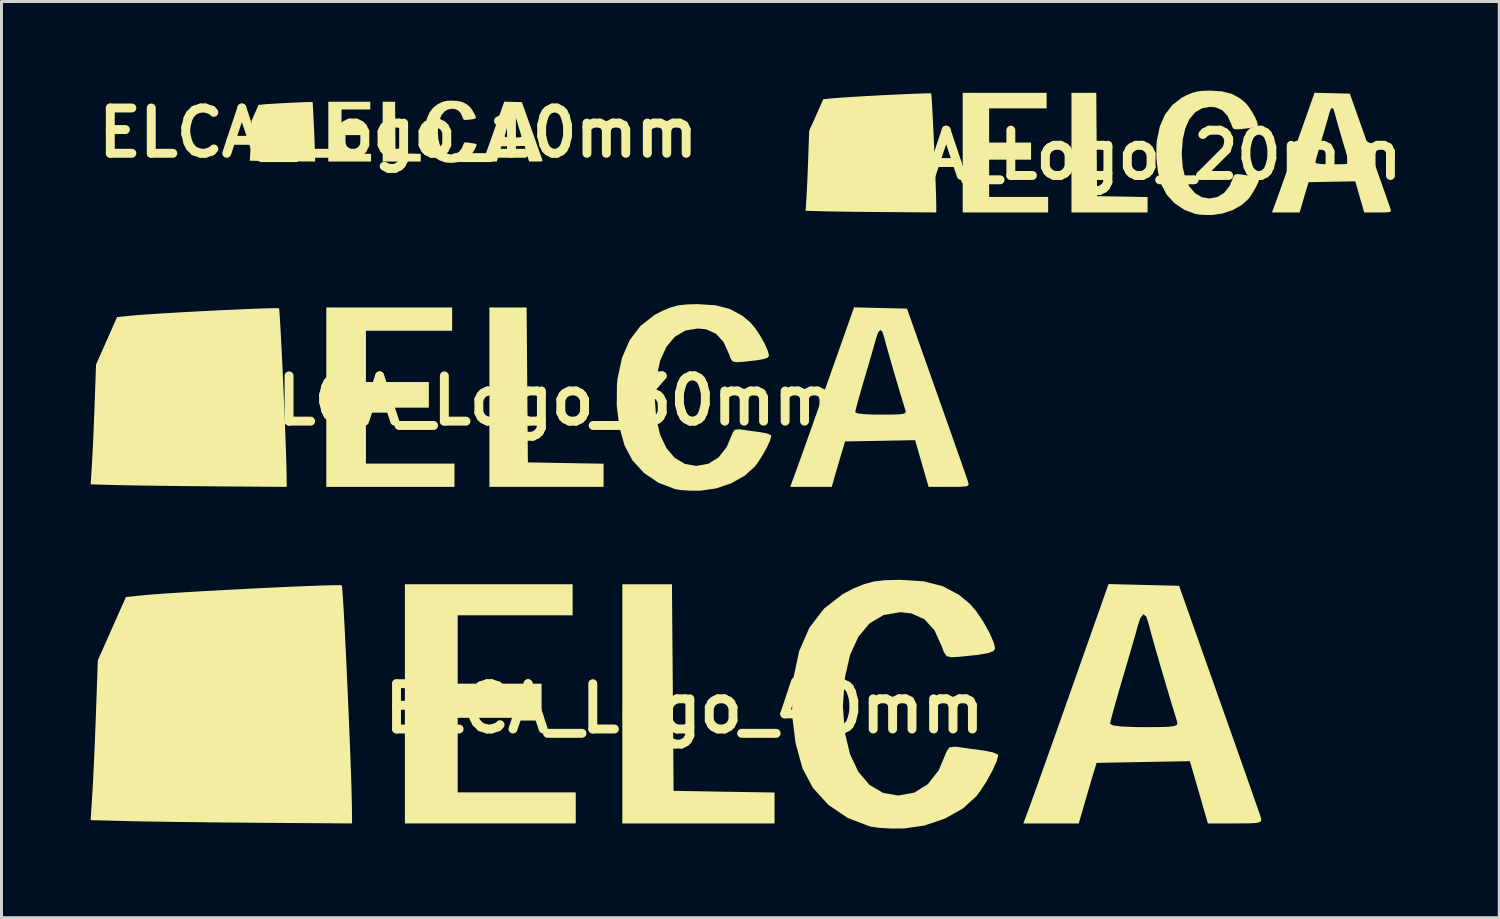
<source format=kicad_pcb>
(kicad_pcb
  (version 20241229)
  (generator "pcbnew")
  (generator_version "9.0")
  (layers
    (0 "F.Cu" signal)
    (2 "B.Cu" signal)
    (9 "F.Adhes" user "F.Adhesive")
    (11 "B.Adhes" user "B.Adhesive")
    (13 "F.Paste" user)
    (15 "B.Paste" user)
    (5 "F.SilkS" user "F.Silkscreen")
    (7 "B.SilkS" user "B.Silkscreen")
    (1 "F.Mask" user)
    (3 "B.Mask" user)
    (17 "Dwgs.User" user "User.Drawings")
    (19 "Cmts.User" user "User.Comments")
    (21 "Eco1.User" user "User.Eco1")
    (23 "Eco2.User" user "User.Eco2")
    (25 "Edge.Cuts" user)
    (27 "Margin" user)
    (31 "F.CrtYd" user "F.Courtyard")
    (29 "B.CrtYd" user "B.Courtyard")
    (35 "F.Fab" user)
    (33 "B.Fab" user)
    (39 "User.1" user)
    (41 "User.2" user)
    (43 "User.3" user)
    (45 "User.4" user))
  (footprint "ELCA_Logo_30mm"
    (layer "F.Cu")
    (at 14.985 10.431)
    (property "Reference" "ELCA_Logo_30mm" (at 0 0 0) (layer "F.SilkS") (effects (font (size 1.524 1.524) (thickness 0.3))))
    (attr board_only exclude_from_pos_files exclude_from_bom)
    (fp_poly (pts (xy -0.295 -0.529) (xy -0.274 2.077) (xy 1 2.099) (xy 2.273 2.121) (xy 2.273 2.901) (xy -1.568 2.901) (xy -1.568 -3.136) (xy -0.316 -3.136)) (stroke (width 0) (type solid)) (fill yes) (layer "F.SilkS"))
    (fp_poly (pts (xy -2.822 -2.352) (xy -5.723 -2.352) (xy -5.723 -0.627) (xy -3.606 -0.627) (xy -3.606 0.235) (xy -5.723 0.235) (xy -5.723 2.117) (xy -2.744 2.117) (xy -2.744 2.901) (xy -7.056 2.901) (xy -7.056 -3.136) (xy -2.822 -3.136)) (stroke (width 0) (type solid)) (fill yes) (layer "F.SilkS"))
    (fp_poly (pts (xy -8.647 -3.108) (xy -8.636 -3.024) (xy -8.62 -2.805) (xy -8.6 -2.473) (xy -8.577 -2.047) (xy -8.551 -1.549) (xy -8.525 -1.001) (xy -8.499 -0.423) (xy -8.473 0.162) (xy -8.449 0.735) (xy -8.429 1.273) (xy -8.411 1.755) (xy -8.399 2.161) (xy -8.392 2.468) (xy -8.391 2.528) (xy -8.388 2.901) (xy -10.721 2.884) (xy -11.369 2.878) (xy -12.019 2.872) (xy -12.64 2.865) (xy -13.199 2.857) (xy -13.666 2.849) (xy -14.008 2.842) (xy -14.019 2.842) (xy -14.985 2.817) (xy -14.941 2.134) (xy -14.923 1.813) (xy -14.902 1.382) (xy -14.881 0.886) (xy -14.86 0.372) (xy -14.851 0.118) (xy -14.804 -1.215) (xy -14.45 -2.014) (xy -14.095 -2.813) (xy -13.692 -2.855) (xy -13.442 -2.877) (xy -13.088 -2.903) (xy -12.65 -2.931) (xy -12.151 -2.961) (xy -11.614 -2.991) (xy -11.062 -3.02) (xy -10.517 -3.047) (xy -10.001 -3.07) (xy -9.538 -3.09) (xy -9.149 -3.104) (xy -8.857 -3.112) (xy -8.685 -3.112)) (stroke (width 0) (type solid)) (fill yes) (layer "F.SilkS"))
    (fp_poly (pts (xy 11.591 -3.118) (xy 12.482 -3.097) (xy 13.481 -0.274) (xy 13.707 0.364) (xy 13.918 0.961) (xy 14.107 1.499) (xy 14.27 1.961) (xy 14.399 2.33) (xy 14.489 2.588) (xy 14.534 2.718) (xy 14.536 2.724) (xy 14.557 2.808) (xy 14.534 2.86) (xy 14.441 2.888) (xy 14.248 2.899) (xy 13.929 2.901) (xy 13.9 2.901) (xy 13.209 2.901) (xy 12.982 2.115) (xy 12.755 1.329) (xy 10.4 1.372) (xy 10.34 1.568) (xy 10.288 1.739) (xy 10.209 2.006) (xy 10.12 2.312) (xy 10.114 2.332) (xy 9.95 2.901) (xy 8.552 2.901) (xy 8.733 2.411) (xy 8.803 2.219) (xy 8.917 1.9) (xy 9.068 1.478) (xy 9.248 0.971) (xy 9.449 0.404) (xy 9.455 0.387) (xy 10.74 0.387) (xy 10.817 0.428) (xy 11.042 0.455) (xy 11.409 0.469) (xy 11.608 0.47) (xy 11.986 0.468) (xy 12.233 0.459) (xy 12.374 0.439) (xy 12.433 0.404) (xy 12.437 0.35) (xy 12.432 0.333) (xy 12.336 0.02) (xy 12.222 -0.358) (xy 12.1 -0.769) (xy 11.981 -1.178) (xy 11.874 -1.551) (xy 11.788 -1.854) (xy 11.734 -2.054) (xy 11.724 -2.096) (xy 11.656 -2.316) (xy 11.582 -2.38) (xy 11.506 -2.287) (xy 11.443 -2.099) (xy 11.387 -1.898) (xy 11.298 -1.586) (xy 11.187 -1.204) (xy 11.066 -0.793) (xy 11.047 -0.73) (xy 10.935 -0.347) (xy 10.841 -0.015) (xy 10.774 0.235) (xy 10.742 0.373) (xy 10.74 0.387) (xy 9.455 0.387) (xy 9.664 -0.204) (xy 9.807 -0.61) (xy 10.701 -3.14)) (stroke (width 0) (type solid)) (fill yes) (layer "F.SilkS"))
    (fp_poly (pts (xy 6.035 -3.21) (xy 6.517 -3.087) (xy 6.931 -2.865) (xy 7.202 -2.642) (xy 7.369 -2.446) (xy 7.544 -2.185) (xy 7.699 -1.906) (xy 7.806 -1.659) (xy 7.839 -1.513) (xy 7.799 -1.451) (xy 7.664 -1.4) (xy 7.415 -1.356) (xy 7.032 -1.314) (xy 6.96 -1.307) (xy 6.735 -1.293) (xy 6.614 -1.323) (xy 6.545 -1.425) (xy 6.498 -1.558) (xy 6.308 -1.976) (xy 6.052 -2.254) (xy 5.722 -2.401) (xy 5.445 -2.43) (xy 5.026 -2.359) (xy 4.673 -2.151) (xy 4.389 -1.813) (xy 4.179 -1.353) (xy 4.048 -0.777) (xy 4 -0.095) (xy 3.999 -0.033) (xy 4.046 0.606) (xy 4.178 1.153) (xy 4.388 1.597) (xy 4.669 1.927) (xy 5.013 2.13) (xy 5.392 2.195) (xy 5.798 2.123) (xy 6.141 1.91) (xy 6.416 1.56) (xy 6.619 1.076) (xy 6.619 1.074) (xy 6.687 0.979) (xy 6.837 0.963) (xy 6.917 0.973) (xy 7.158 1.008) (xy 7.452 1.048) (xy 7.546 1.06) (xy 7.762 1.101) (xy 7.897 1.154) (xy 7.918 1.182) (xy 7.877 1.336) (xy 7.77 1.57) (xy 7.622 1.837) (xy 7.46 2.089) (xy 7.366 2.214) (xy 7.021 2.526) (xy 6.57 2.779) (xy 6.057 2.953) (xy 5.544 3.027) (xy 5.212 3.029) (xy 4.898 3.01) (xy 4.683 2.977) (xy 4.119 2.762) (xy 3.63 2.431) (xy 3.241 2.002) (xy 2.979 1.51) (xy 2.803 0.873) (xy 2.716 0.167) (xy 2.723 -0.546) (xy 2.743 -0.739) (xy 2.894 -1.446) (xy 3.153 -2.039) (xy 3.52 -2.52) (xy 3.997 -2.89) (xy 4.252 -3.022) (xy 4.527 -3.136) (xy 4.772 -3.204) (xy 5.048 -3.237) (xy 5.416 -3.247) (xy 5.448 -3.247)) (stroke (width 0) (type solid)) (fill yes) (layer "F.SilkS")))
  (footprint "ELCA_Logo_20mm"
    (layer "F.Cu")
    (at 34.046 2.165)
    (property "Reference" "ELCA_Logo_20mm" (at 0 0 0) (layer "F.SilkS") (effects (font (size 1.524 1.524) (thickness 0.3))))
    (attr board_only exclude_from_pos_files exclude_from_bom)
    (fp_poly (pts (xy -0.197 -0.353) (xy -0.183 1.385) (xy 0.666 1.399) (xy 1.516 1.414) (xy 1.516 1.934) (xy -1.045 1.934) (xy -1.045 -2.091) (xy -0.21 -2.091)) (stroke (width 0) (type solid)) (fill yes) (layer "F.SilkS"))
    (fp_poly (pts (xy -1.881 -1.568) (xy -3.815 -1.568) (xy -3.815 -0.418) (xy -2.404 -0.418) (xy -2.404 0.157) (xy -3.815 0.157) (xy -3.815 1.411) (xy -1.829 1.411) (xy -1.829 1.934) (xy -4.704 1.934) (xy -4.704 -2.091) (xy -1.881 -2.091)) (stroke (width 0) (type solid)) (fill yes) (layer "F.SilkS"))
    (fp_poly (pts (xy -5.765 -2.072) (xy -5.757 -2.016) (xy -5.747 -1.87) (xy -5.733 -1.648) (xy -5.718 -1.364) (xy -5.701 -1.033) (xy -5.683 -0.667) (xy -5.666 -0.282) (xy -5.649 0.108) (xy -5.633 0.49) (xy -5.619 0.849) (xy -5.608 1.17) (xy -5.599 1.44) (xy -5.595 1.645) (xy -5.594 1.685) (xy -5.592 1.934) (xy -7.147 1.922) (xy -7.579 1.919) (xy -8.013 1.915) (xy -8.427 1.91) (xy -8.8 1.905) (xy -9.111 1.9) (xy -9.339 1.895) (xy -9.346 1.895) (xy -9.99 1.878) (xy -9.961 1.423) (xy -9.949 1.209) (xy -9.935 0.921) (xy -9.921 0.591) (xy -9.907 0.248) (xy -9.901 0.078) (xy -9.87 -0.81) (xy -9.633 -1.343) (xy -9.397 -1.875) (xy -9.128 -1.904) (xy -8.962 -1.918) (xy -8.725 -1.935) (xy -8.433 -1.954) (xy -8.101 -1.974) (xy -7.743 -1.994) (xy -7.375 -2.013) (xy -7.011 -2.031) (xy -6.668 -2.047) (xy -6.359 -2.06) (xy -6.099 -2.069) (xy -5.905 -2.075) (xy -5.79 -2.075)) (stroke (width 0) (type solid)) (fill yes) (layer "F.SilkS"))
    (fp_poly (pts (xy 7.728 -2.079) (xy 8.321 -2.064) (xy 8.987 -0.183) (xy 9.138 0.243) (xy 9.278 0.64) (xy 9.405 0.999) (xy 9.513 1.307) (xy 9.6 1.553) (xy 9.66 1.725) (xy 9.689 1.812) (xy 9.691 1.816) (xy 9.704 1.872) (xy 9.689 1.907) (xy 9.627 1.925) (xy 9.499 1.932) (xy 9.286 1.934) (xy 9.267 1.934) (xy 8.806 1.934) (xy 8.654 1.41) (xy 8.503 0.886) (xy 7.718 0.9) (xy 6.933 0.915) (xy 6.893 1.045) (xy 6.859 1.16) (xy 6.806 1.337) (xy 6.747 1.541) (xy 6.743 1.555) (xy 6.633 1.934) (xy 5.701 1.934) (xy 5.822 1.607) (xy 5.868 1.479) (xy 5.945 1.267) (xy 6.045 0.985) (xy 6.165 0.648) (xy 6.299 0.269) (xy 6.303 0.258) (xy 7.16 0.258) (xy 7.211 0.285) (xy 7.362 0.304) (xy 7.606 0.313) (xy 7.739 0.314) (xy 7.991 0.312) (xy 8.155 0.306) (xy 8.249 0.293) (xy 8.289 0.27) (xy 8.291 0.233) (xy 8.288 0.222) (xy 8.224 0.014) (xy 8.148 -0.239) (xy 8.067 -0.513) (xy 7.987 -0.785) (xy 7.916 -1.034) (xy 7.859 -1.236) (xy 7.823 -1.369) (xy 7.816 -1.397) (xy 7.771 -1.544) (xy 7.722 -1.587) (xy 7.67 -1.525) (xy 7.629 -1.4) (xy 7.592 -1.265) (xy 7.532 -1.057) (xy 7.458 -0.803) (xy 7.377 -0.529) (xy 7.365 -0.487) (xy 7.29 -0.231) (xy 7.228 -0.01) (xy 7.183 0.156) (xy 7.161 0.248) (xy 7.16 0.258) (xy 6.303 0.258) (xy 6.443 -0.136) (xy 6.538 -0.407) (xy 7.134 -2.094)) (stroke (width 0) (type solid)) (fill yes) (layer "F.SilkS"))
    (fp_poly (pts (xy 4.023 -2.14) (xy 4.345 -2.058) (xy 4.621 -1.91) (xy 4.802 -1.761) (xy 4.913 -1.631) (xy 5.029 -1.457) (xy 5.133 -1.271) (xy 5.204 -1.106) (xy 5.226 -1.008) (xy 5.199 -0.967) (xy 5.109 -0.933) (xy 4.943 -0.904) (xy 4.688 -0.876) (xy 4.64 -0.871) (xy 4.49 -0.862) (xy 4.409 -0.882) (xy 4.363 -0.95) (xy 4.332 -1.039) (xy 4.205 -1.317) (xy 4.035 -1.503) (xy 3.815 -1.601) (xy 3.63 -1.62) (xy 3.351 -1.573) (xy 3.115 -1.434) (xy 2.926 -1.209) (xy 2.786 -0.902) (xy 2.699 -0.518) (xy 2.666 -0.063) (xy 2.666 -0.022) (xy 2.697 0.404) (xy 2.785 0.769) (xy 2.925 1.065) (xy 3.113 1.284) (xy 3.342 1.42) (xy 3.595 1.463) (xy 3.865 1.415) (xy 4.094 1.273) (xy 4.277 1.04) (xy 4.412 0.718) (xy 4.413 0.716) (xy 4.458 0.652) (xy 4.558 0.642) (xy 4.612 0.648) (xy 4.772 0.672) (xy 4.968 0.698) (xy 5.03 0.706) (xy 5.175 0.734) (xy 5.264 0.769) (xy 5.279 0.788) (xy 5.251 0.891) (xy 5.18 1.047) (xy 5.081 1.225) (xy 4.973 1.393) (xy 4.911 1.476) (xy 4.681 1.684) (xy 4.38 1.853) (xy 4.038 1.969) (xy 3.696 2.018) (xy 3.475 2.019) (xy 3.265 2.006) (xy 3.122 1.984) (xy 2.746 1.841) (xy 2.42 1.62) (xy 2.16 1.335) (xy 1.986 1.006) (xy 1.869 0.582) (xy 1.811 0.111) (xy 1.815 -0.364) (xy 1.829 -0.493) (xy 1.929 -0.964) (xy 2.102 -1.359) (xy 2.347 -1.68) (xy 2.665 -1.927) (xy 2.835 -2.015) (xy 3.018 -2.091) (xy 3.181 -2.136) (xy 3.365 -2.158) (xy 3.61 -2.165) (xy 3.632 -2.165)) (stroke (width 0) (type solid)) (fill yes) (layer "F.SilkS")))
  (footprint "ELCA_Logo_10mm"
    (layer "F.Cu")
    (at 10.349 1.418)
    (property "Reference" "ELCA_Logo_10mm" (at 0 0 0) (layer "F.SilkS") (effects (font (size 1.524 1.524) (thickness 0.3))))
    (attr board_only exclude_from_pos_files exclude_from_bom)
    (fp_poly (pts (xy -0.098 -0.176) (xy -0.091 0.692) (xy 0.333 0.7) (xy 0.758 0.707) (xy 0.758 0.967) (xy -0.523 0.967) (xy -0.523 -1.045) (xy -0.105 -1.045)) (stroke (width 0) (type solid)) (fill yes) (layer "F.SilkS"))
    (fp_poly (pts (xy -0.941 -0.784) (xy -1.908 -0.784) (xy -1.908 -0.209) (xy -1.202 -0.209) (xy -1.202 0.078) (xy -1.908 0.078) (xy -1.908 0.706) (xy -0.915 0.706) (xy -0.915 0.967) (xy -2.352 0.967) (xy -2.352 -1.045) (xy -0.941 -1.045)) (stroke (width 0) (type solid)) (fill yes) (layer "F.SilkS"))
    (fp_poly (pts (xy -2.882 -1.036) (xy -2.879 -1.008) (xy -2.873 -0.935) (xy -2.867 -0.824) (xy -2.859 -0.682) (xy -2.85 -0.516) (xy -2.842 -0.334) (xy -2.833 -0.141) (xy -2.824 0.054) (xy -2.816 0.245) (xy -2.81 0.424) (xy -2.804 0.585) (xy -2.8 0.72) (xy -2.797 0.823) (xy -2.797 0.843) (xy -2.796 0.967) (xy -3.574 0.961) (xy -3.79 0.959) (xy -4.006 0.957) (xy -4.213 0.955) (xy -4.4 0.952) (xy -4.555 0.95) (xy -4.669 0.947) (xy -4.673 0.947) (xy -4.995 0.939) (xy -4.98 0.711) (xy -4.974 0.604) (xy -4.967 0.461) (xy -4.96 0.295) (xy -4.953 0.124) (xy -4.95 0.039) (xy -4.935 -0.405) (xy -4.817 -0.671) (xy -4.698 -0.938) (xy -4.564 -0.952) (xy -4.481 -0.959) (xy -4.363 -0.968) (xy -4.217 -0.977) (xy -4.05 -0.987) (xy -3.871 -0.997) (xy -3.687 -1.007) (xy -3.506 -1.016) (xy -3.334 -1.023) (xy -3.179 -1.03) (xy -3.05 -1.035) (xy -2.952 -1.037) (xy -2.895 -1.037)) (stroke (width 0) (type solid)) (fill yes) (layer "F.SilkS"))
    (fp_poly (pts (xy 3.864 -1.039) (xy 4.161 -1.032) (xy 4.494 -0.091) (xy 4.569 0.121) (xy 4.639 0.32) (xy 4.702 0.5) (xy 4.757 0.654) (xy 4.8 0.777) (xy 4.83 0.863) (xy 4.845 0.906) (xy 4.845 0.908) (xy 4.852 0.936) (xy 4.845 0.953) (xy 4.814 0.963) (xy 4.749 0.966) (xy 4.643 0.967) (xy 4.633 0.967) (xy 4.403 0.967) (xy 4.327 0.705) (xy 4.252 0.443) (xy 3.859 0.45) (xy 3.467 0.457) (xy 3.447 0.523) (xy 3.429 0.58) (xy 3.403 0.669) (xy 3.373 0.771) (xy 3.371 0.777) (xy 3.317 0.967) (xy 2.851 0.967) (xy 2.911 0.804) (xy 2.934 0.74) (xy 2.972 0.633) (xy 3.023 0.493) (xy 3.083 0.324) (xy 3.15 0.135) (xy 3.152 0.129) (xy 3.58 0.129) (xy 3.606 0.143) (xy 3.681 0.152) (xy 3.803 0.156) (xy 3.869 0.157) (xy 3.995 0.156) (xy 4.078 0.153) (xy 4.125 0.146) (xy 4.144 0.135) (xy 4.146 0.117) (xy 4.144 0.111) (xy 4.112 0.007) (xy 4.074 -0.119) (xy 4.033 -0.256) (xy 3.994 -0.393) (xy 3.958 -0.517) (xy 3.929 -0.618) (xy 3.911 -0.685) (xy 3.908 -0.699) (xy 3.885 -0.772) (xy 3.861 -0.793) (xy 3.835 -0.762) (xy 3.814 -0.7) (xy 3.796 -0.633) (xy 3.766 -0.529) (xy 3.729 -0.401) (xy 3.689 -0.264) (xy 3.682 -0.243) (xy 3.645 -0.116) (xy 3.614 -0.005) (xy 3.591 0.078) (xy 3.581 0.124) (xy 3.58 0.129) (xy 3.152 0.129) (xy 3.221 -0.068) (xy 3.269 -0.203) (xy 3.567 -1.047)) (stroke (width 0) (type solid)) (fill yes) (layer "F.SilkS"))
    (fp_poly (pts (xy 2.012 -1.07) (xy 2.172 -1.029) (xy 2.31 -0.955) (xy 2.401 -0.881) (xy 2.456 -0.815) (xy 2.515 -0.728) (xy 2.566 -0.635) (xy 2.602 -0.553) (xy 2.613 -0.504) (xy 2.6 -0.484) (xy 2.555 -0.467) (xy 2.472 -0.452) (xy 2.344 -0.438) (xy 2.32 -0.436) (xy 2.245 -0.431) (xy 2.205 -0.441) (xy 2.182 -0.475) (xy 2.166 -0.519) (xy 2.103 -0.659) (xy 2.017 -0.751) (xy 1.907 -0.8) (xy 1.815 -0.81) (xy 1.675 -0.786) (xy 1.558 -0.717) (xy 1.463 -0.604) (xy 1.393 -0.451) (xy 1.349 -0.259) (xy 1.333 -0.032) (xy 1.333 -0.011) (xy 1.349 0.202) (xy 1.393 0.384) (xy 1.463 0.532) (xy 1.556 0.642) (xy 1.671 0.71) (xy 1.797 0.732) (xy 1.933 0.708) (xy 2.047 0.637) (xy 2.139 0.52) (xy 2.206 0.359) (xy 2.206 0.358) (xy 2.229 0.326) (xy 2.279 0.321) (xy 2.306 0.324) (xy 2.386 0.336) (xy 2.484 0.349) (xy 2.515 0.353) (xy 2.587 0.367) (xy 2.632 0.385) (xy 2.639 0.394) (xy 2.626 0.445) (xy 2.59 0.523) (xy 2.541 0.612) (xy 2.487 0.696) (xy 2.455 0.738) (xy 2.34 0.842) (xy 2.19 0.926) (xy 2.019 0.984) (xy 1.848 1.009) (xy 1.737 1.01) (xy 1.633 1.003) (xy 1.561 0.992) (xy 1.373 0.921) (xy 1.21 0.81) (xy 1.08 0.667) (xy 0.993 0.503) (xy 0.934 0.291) (xy 0.905 0.056) (xy 0.908 -0.182) (xy 0.914 -0.246) (xy 0.965 -0.482) (xy 1.051 -0.68) (xy 1.173 -0.84) (xy 1.332 -0.963) (xy 1.417 -1.007) (xy 1.509 -1.045) (xy 1.591 -1.068) (xy 1.683 -1.079) (xy 1.805 -1.082) (xy 1.816 -1.082)) (stroke (width 0) (type solid)) (fill yes) (layer "F.SilkS")))
  (footprint "ELCA_Logo_40mm"
    (layer "F.Cu")
    (at 19.98 20.789)
    (property "Reference" "ELCA_Logo_40mm" (at 0 0 0) (layer "F.SilkS") (effects (font (size 1.524 1.524) (thickness 0.3))))
    (attr board_only exclude_from_pos_files exclude_from_bom)
    (fp_poly (pts (xy -0.393 -0.706) (xy -0.366 2.77) (xy 1.333 2.799) (xy 3.031 2.827) (xy 3.031 3.867) (xy -2.091 3.867) (xy -2.091 -4.181) (xy -0.421 -4.181)) (stroke (width 0) (type solid)) (fill yes) (layer "F.SilkS"))
    (fp_poly (pts (xy -3.763 -3.136) (xy -7.63 -3.136) (xy -7.63 -0.836) (xy -4.808 -0.836) (xy -4.808 0.314) (xy -7.63 0.314) (xy -7.63 2.822) (xy -3.658 2.822) (xy -3.658 3.867) (xy -9.407 3.867) (xy -9.407 -4.181) (xy -3.763 -4.181)) (stroke (width 0) (type solid)) (fill yes) (layer "F.SilkS"))
    (fp_poly (pts (xy -11.53 -4.143) (xy -11.515 -4.032) (xy -11.493 -3.741) (xy -11.466 -3.297) (xy -11.435 -2.729) (xy -11.402 -2.065) (xy -11.367 -1.334) (xy -11.332 -0.564) (xy -11.298 0.217) (xy -11.266 0.98) (xy -11.238 1.697) (xy -11.215 2.34) (xy -11.199 2.881) (xy -11.19 3.291) (xy -11.189 3.371) (xy -11.184 3.867) (xy -14.294 3.845) (xy -15.159 3.838) (xy -16.026 3.829) (xy -16.853 3.819) (xy -17.599 3.809) (xy -18.221 3.799) (xy -18.678 3.79) (xy -18.692 3.789) (xy -19.98 3.756) (xy -19.922 2.845) (xy -19.898 2.417) (xy -19.87 1.842) (xy -19.841 1.182) (xy -19.814 0.496) (xy -19.801 0.157) (xy -19.739 -1.62) (xy -19.266 -2.685) (xy -18.793 -3.751) (xy -18.255 -3.807) (xy -17.923 -3.837) (xy -17.45 -3.871) (xy -16.866 -3.908) (xy -16.201 -3.948) (xy -15.486 -3.988) (xy -14.75 -4.026) (xy -14.023 -4.062) (xy -13.335 -4.094) (xy -12.717 -4.12) (xy -12.198 -4.139) (xy -11.809 -4.149) (xy -11.579 -4.149)) (stroke (width 0) (type solid)) (fill yes) (layer "F.SilkS"))
    (fp_poly (pts (xy 15.455 -4.158) (xy 16.642 -4.129) (xy 17.975 -0.366) (xy 18.276 0.485) (xy 18.557 1.281) (xy 18.81 1.998) (xy 19.027 2.615) (xy 19.199 3.106) (xy 19.319 3.45) (xy 19.379 3.624) (xy 19.381 3.632) (xy 19.409 3.744) (xy 19.379 3.814) (xy 19.254 3.85) (xy 18.998 3.865) (xy 18.572 3.867) (xy 18.534 3.867) (xy 17.611 3.867) (xy 17.309 2.82) (xy 17.006 1.772) (xy 15.437 1.8) (xy 13.867 1.829) (xy 13.786 2.091) (xy 13.717 2.319) (xy 13.613 2.675) (xy 13.494 3.082) (xy 13.486 3.11) (xy 13.266 3.867) (xy 11.403 3.867) (xy 11.644 3.214) (xy 11.737 2.958) (xy 11.889 2.534) (xy 12.09 1.97) (xy 12.33 1.295) (xy 12.599 0.538) (xy 12.607 0.516) (xy 14.32 0.516) (xy 14.423 0.57) (xy 14.723 0.607) (xy 15.212 0.625) (xy 15.477 0.627) (xy 15.982 0.624) (xy 16.311 0.613) (xy 16.498 0.586) (xy 16.578 0.539) (xy 16.583 0.466) (xy 16.576 0.444) (xy 16.448 0.027) (xy 16.296 -0.478) (xy 16.134 -1.025) (xy 15.975 -1.57) (xy 15.831 -2.068) (xy 15.717 -2.472) (xy 15.646 -2.739) (xy 15.632 -2.795) (xy 15.541 -3.089) (xy 15.443 -3.173) (xy 15.341 -3.049) (xy 15.257 -2.799) (xy 15.183 -2.53) (xy 15.064 -2.115) (xy 14.916 -1.606) (xy 14.755 -1.057) (xy 14.73 -0.974) (xy 14.58 -0.463) (xy 14.455 -0.02) (xy 14.365 0.313) (xy 14.322 0.497) (xy 14.32 0.516) (xy 12.607 0.516) (xy 12.885 -0.272) (xy 13.077 -0.813) (xy 14.268 -4.187)) (stroke (width 0) (type solid)) (fill yes) (layer "F.SilkS"))
    (fp_poly (pts (xy 8.046 -4.28) (xy 8.69 -4.116) (xy 9.242 -3.821) (xy 9.603 -3.522) (xy 9.826 -3.262) (xy 10.059 -2.913) (xy 10.265 -2.542) (xy 10.408 -2.213) (xy 10.452 -2.017) (xy 10.398 -1.934) (xy 10.219 -1.866) (xy 9.887 -1.808) (xy 9.376 -1.752) (xy 9.28 -1.743) (xy 8.98 -1.724) (xy 8.819 -1.764) (xy 8.726 -1.9) (xy 8.664 -2.078) (xy 8.41 -2.634) (xy 8.07 -3.005) (xy 7.63 -3.202) (xy 7.259 -3.24) (xy 6.702 -3.146) (xy 6.231 -2.868) (xy 5.852 -2.417) (xy 5.572 -1.803) (xy 5.397 -1.036) (xy 5.333 -0.126) (xy 5.332 -0.044) (xy 5.395 0.808) (xy 5.571 1.538) (xy 5.851 2.13) (xy 6.225 2.569) (xy 6.684 2.84) (xy 7.189 2.927) (xy 7.731 2.831) (xy 8.188 2.546) (xy 8.555 2.079) (xy 8.825 1.435) (xy 8.826 1.432) (xy 8.916 1.305) (xy 9.116 1.284) (xy 9.223 1.297) (xy 9.545 1.344) (xy 9.936 1.397) (xy 10.061 1.413) (xy 10.35 1.468) (xy 10.529 1.539) (xy 10.557 1.575) (xy 10.502 1.781) (xy 10.359 2.094) (xy 10.163 2.45) (xy 9.947 2.785) (xy 9.821 2.951) (xy 9.362 3.368) (xy 8.76 3.705) (xy 8.075 3.937) (xy 7.392 4.036) (xy 6.949 4.038) (xy 6.531 4.013) (xy 6.244 3.969) (xy 5.492 3.683) (xy 4.84 3.241) (xy 4.321 2.67) (xy 3.971 2.013) (xy 3.738 1.164) (xy 3.621 0.222) (xy 3.631 -0.728) (xy 3.657 -0.985) (xy 3.858 -1.928) (xy 4.203 -2.719) (xy 4.694 -3.36) (xy 5.329 -3.853) (xy 5.669 -4.03) (xy 6.036 -4.181) (xy 6.363 -4.272) (xy 6.731 -4.316) (xy 7.221 -4.329) (xy 7.265 -4.33)) (stroke (width 0) (type solid)) (fill yes) (layer "F.SilkS")))
  (gr_rect
    (start -3 -3)
    (end 47.395 27.827)
    (stroke (width 0.1) (type default))
    (fill no)
    (layer "Edge.Cuts")))
</source>
